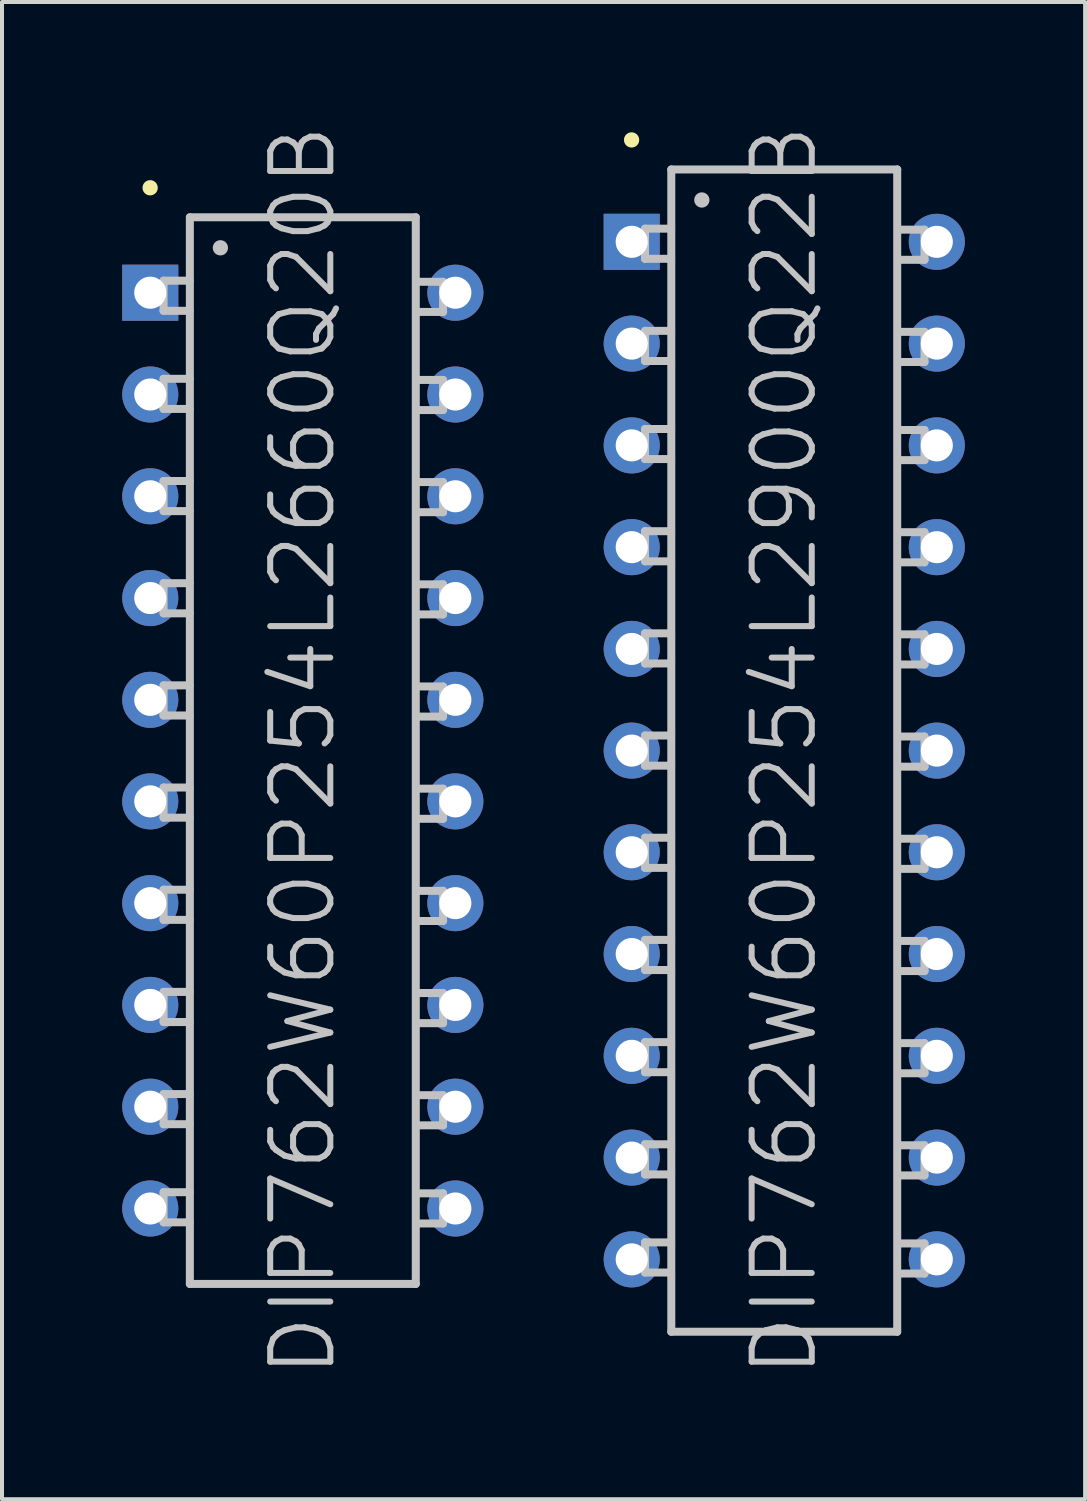
<source format=kicad_pcb>
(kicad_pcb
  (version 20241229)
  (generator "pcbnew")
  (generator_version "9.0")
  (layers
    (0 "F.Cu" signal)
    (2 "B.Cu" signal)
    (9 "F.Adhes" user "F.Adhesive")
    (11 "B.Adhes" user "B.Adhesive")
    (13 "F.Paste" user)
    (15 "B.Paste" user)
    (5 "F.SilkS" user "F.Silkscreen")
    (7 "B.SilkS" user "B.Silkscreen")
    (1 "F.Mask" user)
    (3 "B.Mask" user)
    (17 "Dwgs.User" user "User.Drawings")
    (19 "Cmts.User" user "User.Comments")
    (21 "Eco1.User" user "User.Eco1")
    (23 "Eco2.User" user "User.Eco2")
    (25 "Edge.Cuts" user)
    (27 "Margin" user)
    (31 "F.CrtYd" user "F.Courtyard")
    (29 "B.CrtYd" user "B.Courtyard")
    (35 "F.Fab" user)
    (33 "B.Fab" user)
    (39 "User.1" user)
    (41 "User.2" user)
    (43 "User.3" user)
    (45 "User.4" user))
  (footprint "DIP762W60P254L2900Q22B"
    (layer "F.Cu")
    (at 16.522 15.682)
    (property "Reference" "DIP762W60P254L2900Q22B" (at 0 0 90) (layer "Dwgs.User") (effects (font (size 1.5 1.5) (thickness 0.15))))
    (attr through_hole)
    (fp_line (start -3.81 -15.24) (end -3.81 -15.24) (stroke (width 0.381) (type solid)) (layer "F.SilkS"))
    (fp_line (start -3.475 -13.025) (end -2.824 -13.025) (stroke (width 0.2) (type solid)) (layer "Dwgs.User"))
    (fp_line (start -3.475 -12.273) (end -3.475 -13.025) (stroke (width 0.2) (type solid)) (layer "Dwgs.User"))
    (fp_line (start -3.475 -12.273) (end -2.824 -12.273) (stroke (width 0.2) (type solid)) (layer "Dwgs.User"))
    (fp_line (start -3.475 -10.475) (end -2.824 -10.475) (stroke (width 0.2) (type solid)) (layer "Dwgs.User"))
    (fp_line (start -3.475 -9.723) (end -3.475 -10.475) (stroke (width 0.2) (type solid)) (layer "Dwgs.User"))
    (fp_line (start -3.475 -9.723) (end -2.824 -9.723) (stroke (width 0.2) (type solid)) (layer "Dwgs.User"))
    (fp_line (start -3.475 -8.026) (end -2.824 -8.026) (stroke (width 0.2) (type solid)) (layer "Dwgs.User"))
    (fp_line (start -3.475 -7.275) (end -3.475 -8.026) (stroke (width 0.2) (type solid)) (layer "Dwgs.User"))
    (fp_line (start -3.475 -7.275) (end -2.824 -7.275) (stroke (width 0.2) (type solid)) (layer "Dwgs.User"))
    (fp_line (start -3.475 -5.476) (end -2.824 -5.476) (stroke (width 0.2) (type solid)) (layer "Dwgs.User"))
    (fp_line (start -3.475 -4.724) (end -3.475 -5.476) (stroke (width 0.2) (type solid)) (layer "Dwgs.User"))
    (fp_line (start -3.475 -4.724) (end -2.824 -4.724) (stroke (width 0.2) (type solid)) (layer "Dwgs.User"))
    (fp_line (start -3.475 -2.926) (end -2.824 -2.926) (stroke (width 0.2) (type solid)) (layer "Dwgs.User"))
    (fp_line (start -3.475 -2.174) (end -3.475 -2.926) (stroke (width 0.2) (type solid)) (layer "Dwgs.User"))
    (fp_line (start -3.475 -2.174) (end -2.824 -2.174) (stroke (width 0.2) (type solid)) (layer "Dwgs.User"))
    (fp_line (start -3.475 -0.376) (end -2.824 -0.376) (stroke (width 0.2) (type solid)) (layer "Dwgs.User"))
    (fp_line (start -3.475 0.376) (end -3.475 -0.376) (stroke (width 0.2) (type solid)) (layer "Dwgs.User"))
    (fp_line (start -3.475 0.376) (end -2.824 0.376) (stroke (width 0.2) (type solid)) (layer "Dwgs.User"))
    (fp_line (start -3.475 2.174) (end -2.824 2.174) (stroke (width 0.2) (type solid)) (layer "Dwgs.User"))
    (fp_line (start -3.475 2.926) (end -3.475 2.174) (stroke (width 0.2) (type solid)) (layer "Dwgs.User"))
    (fp_line (start -3.475 2.926) (end -2.824 2.926) (stroke (width 0.2) (type solid)) (layer "Dwgs.User"))
    (fp_line (start -3.475 4.724) (end -2.824 4.724) (stroke (width 0.2) (type solid)) (layer "Dwgs.User"))
    (fp_line (start -3.475 5.476) (end -3.475 4.724) (stroke (width 0.2) (type solid)) (layer "Dwgs.User"))
    (fp_line (start -3.475 5.476) (end -2.824 5.476) (stroke (width 0.2) (type solid)) (layer "Dwgs.User"))
    (fp_line (start -3.475 7.275) (end -2.824 7.275) (stroke (width 0.2) (type solid)) (layer "Dwgs.User"))
    (fp_line (start -3.475 8.026) (end -3.475 7.275) (stroke (width 0.2) (type solid)) (layer "Dwgs.User"))
    (fp_line (start -3.475 8.026) (end -2.824 8.026) (stroke (width 0.2) (type solid)) (layer "Dwgs.User"))
    (fp_line (start -3.475 9.825) (end -2.824 9.825) (stroke (width 0.2) (type solid)) (layer "Dwgs.User"))
    (fp_line (start -3.475 10.577) (end -3.475 9.825) (stroke (width 0.2) (type solid)) (layer "Dwgs.User"))
    (fp_line (start -3.475 10.577) (end -2.824 10.577) (stroke (width 0.2) (type solid)) (layer "Dwgs.User"))
    (fp_line (start -3.475 12.273) (end -2.824 12.273) (stroke (width 0.2) (type solid)) (layer "Dwgs.User"))
    (fp_line (start -3.475 13.025) (end -3.475 12.273) (stroke (width 0.2) (type solid)) (layer "Dwgs.User"))
    (fp_line (start -3.475 13.025) (end -2.824 13.025) (stroke (width 0.2) (type solid)) (layer "Dwgs.User"))
    (fp_line (start -2.819 -14.503) (end -2.819 14.503) (stroke (width 0.2) (type solid)) (layer "Dwgs.User"))
    (fp_line (start -2.819 -14.503) (end 2.819 -14.503) (stroke (width 0.2) (type solid)) (layer "Dwgs.User"))
    (fp_line (start -2.819 14.503) (end 2.819 14.503) (stroke (width 0.2) (type solid)) (layer "Dwgs.User"))
    (fp_line (start -2.057 -13.741) (end -2.057 -13.741) (stroke (width 0.381) (type solid)) (layer "Dwgs.User"))
    (fp_line (start 2.819 -14.503) (end 2.819 14.503) (stroke (width 0.2) (type solid)) (layer "Dwgs.User"))
    (fp_line (start 3.5 -13) (end 2.85 -13) (stroke (width 0.2) (type solid)) (layer "Dwgs.User"))
    (fp_line (start 3.5 -13) (end 3.5 -12.248) (stroke (width 0.2) (type solid)) (layer "Dwgs.User"))
    (fp_line (start 3.5 -12.248) (end 2.85 -12.248) (stroke (width 0.2) (type solid)) (layer "Dwgs.User"))
    (fp_line (start 3.5 -10.45) (end 2.85 -10.45) (stroke (width 0.2) (type solid)) (layer "Dwgs.User"))
    (fp_line (start 3.5 -10.45) (end 3.5 -9.698) (stroke (width 0.2) (type solid)) (layer "Dwgs.User"))
    (fp_line (start 3.5 -9.698) (end 2.85 -9.698) (stroke (width 0.2) (type solid)) (layer "Dwgs.User"))
    (fp_line (start 3.5 -8.001) (end 2.85 -8.001) (stroke (width 0.2) (type solid)) (layer "Dwgs.User"))
    (fp_line (start 3.5 -8.001) (end 3.5 -7.249) (stroke (width 0.2) (type solid)) (layer "Dwgs.User"))
    (fp_line (start 3.5 -7.249) (end 2.85 -7.249) (stroke (width 0.2) (type solid)) (layer "Dwgs.User"))
    (fp_line (start 3.5 -5.451) (end 2.85 -5.451) (stroke (width 0.2) (type solid)) (layer "Dwgs.User"))
    (fp_line (start 3.5 -5.451) (end 3.5 -4.699) (stroke (width 0.2) (type solid)) (layer "Dwgs.User"))
    (fp_line (start 3.5 -4.699) (end 2.85 -4.699) (stroke (width 0.2) (type solid)) (layer "Dwgs.User"))
    (fp_line (start 3.5 -2.901) (end 2.85 -2.901) (stroke (width 0.2) (type solid)) (layer "Dwgs.User"))
    (fp_line (start 3.5 -2.901) (end 3.5 -2.149) (stroke (width 0.2) (type solid)) (layer "Dwgs.User"))
    (fp_line (start 3.5 -2.149) (end 2.85 -2.149) (stroke (width 0.2) (type solid)) (layer "Dwgs.User"))
    (fp_line (start 3.5 -0.351) (end 2.85 -0.351) (stroke (width 0.2) (type solid)) (layer "Dwgs.User"))
    (fp_line (start 3.5 -0.351) (end 3.5 0.401) (stroke (width 0.2) (type solid)) (layer "Dwgs.User"))
    (fp_line (start 3.5 0.401) (end 2.85 0.401) (stroke (width 0.2) (type solid)) (layer "Dwgs.User"))
    (fp_line (start 3.5 2.2) (end 2.85 2.2) (stroke (width 0.2) (type solid)) (layer "Dwgs.User"))
    (fp_line (start 3.5 2.2) (end 3.5 2.951) (stroke (width 0.2) (type solid)) (layer "Dwgs.User"))
    (fp_line (start 3.5 2.951) (end 2.85 2.951) (stroke (width 0.2) (type solid)) (layer "Dwgs.User"))
    (fp_line (start 3.5 4.75) (end 2.85 4.75) (stroke (width 0.2) (type solid)) (layer "Dwgs.User"))
    (fp_line (start 3.5 4.75) (end 3.5 5.502) (stroke (width 0.2) (type solid)) (layer "Dwgs.User"))
    (fp_line (start 3.5 5.502) (end 2.85 5.502) (stroke (width 0.2) (type solid)) (layer "Dwgs.User"))
    (fp_line (start 3.5 7.3) (end 2.85 7.3) (stroke (width 0.2) (type solid)) (layer "Dwgs.User"))
    (fp_line (start 3.5 7.3) (end 3.5 8.052) (stroke (width 0.2) (type solid)) (layer "Dwgs.User"))
    (fp_line (start 3.5 8.052) (end 2.85 8.052) (stroke (width 0.2) (type solid)) (layer "Dwgs.User"))
    (fp_line (start 3.5 9.85) (end 2.85 9.85) (stroke (width 0.2) (type solid)) (layer "Dwgs.User"))
    (fp_line (start 3.5 9.85) (end 3.5 10.602) (stroke (width 0.2) (type solid)) (layer "Dwgs.User"))
    (fp_line (start 3.5 10.602) (end 2.85 10.602) (stroke (width 0.2) (type solid)) (layer "Dwgs.User"))
    (fp_line (start 3.5 12.299) (end 2.85 12.299) (stroke (width 0.2) (type solid)) (layer "Dwgs.User"))
    (fp_line (start 3.5 12.299) (end 3.5 13.051) (stroke (width 0.2) (type solid)) (layer "Dwgs.User"))
    (fp_line (start 3.5 13.051) (end 2.85 13.051) (stroke (width 0.2) (type solid)) (layer "Dwgs.User"))
    (pad "1" thru_hole rect (at -3.807 -12.697 180) (size 1.4 1.4) (drill 0.8) (layers "*.Cu" "*.Mask"))
    (pad "2" thru_hole circle (at -3.807 -10.157 180) (size 1.4 1.4) (drill 0.8) (layers "*.Cu" "*.Mask"))
    (pad "3" thru_hole circle (at -3.807 -7.617 180) (size 1.4 1.4) (drill 0.8) (layers "*.Cu" "*.Mask"))
    (pad "4" thru_hole circle (at -3.807 -5.077 180) (size 1.4 1.4) (drill 0.8) (layers "*.Cu" "*.Mask"))
    (pad "5" thru_hole circle (at -3.807 -2.537 180) (size 1.4 1.4) (drill 0.8) (layers "*.Cu" "*.Mask"))
    (pad "6" thru_hole circle (at -3.807 0 180) (size 1.4 1.4) (drill 0.8) (layers "*.Cu" "*.Mask"))
    (pad "7" thru_hole circle (at -3.807 2.537 180) (size 1.4 1.4) (drill 0.8) (layers "*.Cu" "*.Mask"))
    (pad "8" thru_hole circle (at -3.807 5.077 180) (size 1.4 1.4) (drill 0.8) (layers "*.Cu" "*.Mask"))
    (pad "9" thru_hole circle (at -3.807 7.617 180) (size 1.4 1.4) (drill 0.8) (layers "*.Cu" "*.Mask"))
    (pad "10" thru_hole circle (at -3.807 10.157 180) (size 1.4 1.4) (drill 0.8) (layers "*.Cu" "*.Mask"))
    (pad "11" thru_hole circle (at -3.807 12.697 180) (size 1.4 1.4) (drill 0.8) (layers "*.Cu" "*.Mask"))
    (pad "12" thru_hole circle (at 3.807 12.697 180) (size 1.4 1.4) (drill 0.8) (layers "*.Cu" "*.Mask"))
    (pad "13" thru_hole circle (at 3.807 10.157 180) (size 1.4 1.4) (drill 0.8) (layers "*.Cu" "*.Mask"))
    (pad "14" thru_hole circle (at 3.807 7.617 180) (size 1.4 1.4) (drill 0.8) (layers "*.Cu" "*.Mask"))
    (pad "15" thru_hole circle (at 3.807 5.077 180) (size 1.4 1.4) (drill 0.8) (layers "*.Cu" "*.Mask"))
    (pad "16" thru_hole circle (at 3.807 2.537 180) (size 1.4 1.4) (drill 0.8) (layers "*.Cu" "*.Mask"))
    (pad "17" thru_hole circle (at 3.807 0 180) (size 1.4 1.4) (drill 0.8) (layers "*.Cu" "*.Mask"))
    (pad "18" thru_hole circle (at 3.807 -2.537 180) (size 1.4 1.4) (drill 0.8) (layers "*.Cu" "*.Mask"))
    (pad "19" thru_hole circle (at 3.807 -5.077 180) (size 1.4 1.4) (drill 0.8) (layers "*.Cu" "*.Mask"))
    (pad "20" thru_hole circle (at 3.807 -7.617 180) (size 1.4 1.4) (drill 0.8) (layers "*.Cu" "*.Mask"))
    (pad "21" thru_hole circle (at 3.807 -10.157 180) (size 1.4 1.4) (drill 0.8) (layers "*.Cu" "*.Mask"))
    (pad "22" thru_hole circle (at 3.807 -12.697 180) (size 1.4 1.4) (drill 0.8) (layers "*.Cu" "*.Mask")))
  (footprint "DIP762W60P254L2660Q20B"
    (layer "F.Cu")
    (at 4.507 15.682)
    (property "Reference" "DIP762W60P254L2660Q20B" (at 0 0 90) (layer "Dwgs.User") (effects (font (size 1.5 1.5) (thickness 0.15))))
    (attr through_hole)
    (fp_line (start -3.81 -14.046) (end -3.81 -14.046) (stroke (width 0.381) (type solid)) (layer "F.SilkS"))
    (fp_line (start -3.475 -11.727) (end -2.824 -11.727) (stroke (width 0.2) (type solid)) (layer "Dwgs.User"))
    (fp_line (start -3.475 -10.975) (end -3.475 -11.727) (stroke (width 0.2) (type solid)) (layer "Dwgs.User"))
    (fp_line (start -3.475 -10.975) (end -2.824 -10.975) (stroke (width 0.2) (type solid)) (layer "Dwgs.User"))
    (fp_line (start -3.475 -9.279) (end -2.824 -9.279) (stroke (width 0.2) (type solid)) (layer "Dwgs.User"))
    (fp_line (start -3.475 -8.527) (end -3.475 -9.279) (stroke (width 0.2) (type solid)) (layer "Dwgs.User"))
    (fp_line (start -3.475 -8.527) (end -2.824 -8.527) (stroke (width 0.2) (type solid)) (layer "Dwgs.User"))
    (fp_line (start -3.475 -6.728) (end -2.824 -6.728) (stroke (width 0.2) (type solid)) (layer "Dwgs.User"))
    (fp_line (start -3.475 -5.977) (end -3.475 -6.728) (stroke (width 0.2) (type solid)) (layer "Dwgs.User"))
    (fp_line (start -3.475 -5.977) (end -2.824 -5.977) (stroke (width 0.2) (type solid)) (layer "Dwgs.User"))
    (fp_line (start -3.475 -4.178) (end -2.824 -4.178) (stroke (width 0.2) (type solid)) (layer "Dwgs.User"))
    (fp_line (start -3.475 -3.426) (end -3.475 -4.178) (stroke (width 0.2) (type solid)) (layer "Dwgs.User"))
    (fp_line (start -3.475 -3.426) (end -2.824 -3.426) (stroke (width 0.2) (type solid)) (layer "Dwgs.User"))
    (fp_line (start -3.475 -1.628) (end -2.824 -1.628) (stroke (width 0.2) (type solid)) (layer "Dwgs.User"))
    (fp_line (start -3.475 -0.876) (end -3.475 -1.628) (stroke (width 0.2) (type solid)) (layer "Dwgs.User"))
    (fp_line (start -3.475 -0.876) (end -2.824 -0.876) (stroke (width 0.2) (type solid)) (layer "Dwgs.User"))
    (fp_line (start -3.475 0.922) (end -2.824 0.922) (stroke (width 0.2) (type solid)) (layer "Dwgs.User"))
    (fp_line (start -3.475 1.674) (end -3.475 0.922) (stroke (width 0.2) (type solid)) (layer "Dwgs.User"))
    (fp_line (start -3.475 1.674) (end -2.824 1.674) (stroke (width 0.2) (type solid)) (layer "Dwgs.User"))
    (fp_line (start -3.475 3.472) (end -2.824 3.472) (stroke (width 0.2) (type solid)) (layer "Dwgs.User"))
    (fp_line (start -3.475 4.224) (end -3.475 3.472) (stroke (width 0.2) (type solid)) (layer "Dwgs.User"))
    (fp_line (start -3.475 4.224) (end -2.824 4.224) (stroke (width 0.2) (type solid)) (layer "Dwgs.User"))
    (fp_line (start -3.475 6.022) (end -2.824 6.022) (stroke (width 0.2) (type solid)) (layer "Dwgs.User"))
    (fp_line (start -3.475 6.774) (end -3.475 6.022) (stroke (width 0.2) (type solid)) (layer "Dwgs.User"))
    (fp_line (start -3.475 6.774) (end -2.824 6.774) (stroke (width 0.2) (type solid)) (layer "Dwgs.User"))
    (fp_line (start -3.475 8.572) (end -2.824 8.572) (stroke (width 0.2) (type solid)) (layer "Dwgs.User"))
    (fp_line (start -3.475 9.324) (end -3.475 8.572) (stroke (width 0.2) (type solid)) (layer "Dwgs.User"))
    (fp_line (start -3.475 9.324) (end -2.824 9.324) (stroke (width 0.2) (type solid)) (layer "Dwgs.User"))
    (fp_line (start -3.475 11.021) (end -2.824 11.021) (stroke (width 0.2) (type solid)) (layer "Dwgs.User"))
    (fp_line (start -3.475 11.773) (end -3.475 11.021) (stroke (width 0.2) (type solid)) (layer "Dwgs.User"))
    (fp_line (start -3.475 11.773) (end -2.824 11.773) (stroke (width 0.2) (type solid)) (layer "Dwgs.User"))
    (fp_line (start -2.819 -13.31) (end -2.819 13.31) (stroke (width 0.2) (type solid)) (layer "Dwgs.User"))
    (fp_line (start -2.819 -13.31) (end 2.819 -13.31) (stroke (width 0.2) (type solid)) (layer "Dwgs.User"))
    (fp_line (start -2.819 13.31) (end 2.819 13.31) (stroke (width 0.2) (type solid)) (layer "Dwgs.User"))
    (fp_line (start -2.057 -12.548) (end -2.057 -12.548) (stroke (width 0.381) (type solid)) (layer "Dwgs.User"))
    (fp_line (start 2.819 -13.31) (end 2.819 13.31) (stroke (width 0.2) (type solid)) (layer "Dwgs.User"))
    (fp_line (start 3.5 -11.699) (end 2.85 -11.699) (stroke (width 0.2) (type solid)) (layer "Dwgs.User"))
    (fp_line (start 3.5 -11.699) (end 3.5 -10.947) (stroke (width 0.2) (type solid)) (layer "Dwgs.User"))
    (fp_line (start 3.5 -10.947) (end 2.85 -10.947) (stroke (width 0.2) (type solid)) (layer "Dwgs.User"))
    (fp_line (start 3.5 -9.251) (end 2.85 -9.251) (stroke (width 0.2) (type solid)) (layer "Dwgs.User"))
    (fp_line (start 3.5 -9.251) (end 3.5 -8.499) (stroke (width 0.2) (type solid)) (layer "Dwgs.User"))
    (fp_line (start 3.5 -8.499) (end 2.85 -8.499) (stroke (width 0.2) (type solid)) (layer "Dwgs.User"))
    (fp_line (start 3.5 -6.701) (end 2.85 -6.701) (stroke (width 0.2) (type solid)) (layer "Dwgs.User"))
    (fp_line (start 3.5 -6.701) (end 3.5 -5.949) (stroke (width 0.2) (type solid)) (layer "Dwgs.User"))
    (fp_line (start 3.5 -5.949) (end 2.85 -5.949) (stroke (width 0.2) (type solid)) (layer "Dwgs.User"))
    (fp_line (start 3.5 -4.15) (end 2.85 -4.15) (stroke (width 0.2) (type solid)) (layer "Dwgs.User"))
    (fp_line (start 3.5 -4.15) (end 3.5 -3.399) (stroke (width 0.2) (type solid)) (layer "Dwgs.User"))
    (fp_line (start 3.5 -3.399) (end 2.85 -3.399) (stroke (width 0.2) (type solid)) (layer "Dwgs.User"))
    (fp_line (start 3.5 -1.6) (end 2.85 -1.6) (stroke (width 0.2) (type solid)) (layer "Dwgs.User"))
    (fp_line (start 3.5 -1.6) (end 3.5 -0.848) (stroke (width 0.2) (type solid)) (layer "Dwgs.User"))
    (fp_line (start 3.5 -0.848) (end 2.85 -0.848) (stroke (width 0.2) (type solid)) (layer "Dwgs.User"))
    (fp_line (start 3.5 0.95) (end 2.85 0.95) (stroke (width 0.2) (type solid)) (layer "Dwgs.User"))
    (fp_line (start 3.5 0.95) (end 3.5 1.702) (stroke (width 0.2) (type solid)) (layer "Dwgs.User"))
    (fp_line (start 3.5 1.702) (end 2.85 1.702) (stroke (width 0.2) (type solid)) (layer "Dwgs.User"))
    (fp_line (start 3.5 3.5) (end 2.85 3.5) (stroke (width 0.2) (type solid)) (layer "Dwgs.User"))
    (fp_line (start 3.5 3.5) (end 3.5 4.252) (stroke (width 0.2) (type solid)) (layer "Dwgs.User"))
    (fp_line (start 3.5 4.252) (end 2.85 4.252) (stroke (width 0.2) (type solid)) (layer "Dwgs.User"))
    (fp_line (start 3.5 6.05) (end 2.85 6.05) (stroke (width 0.2) (type solid)) (layer "Dwgs.User"))
    (fp_line (start 3.5 6.05) (end 3.5 6.802) (stroke (width 0.2) (type solid)) (layer "Dwgs.User"))
    (fp_line (start 3.5 6.802) (end 2.85 6.802) (stroke (width 0.2) (type solid)) (layer "Dwgs.User"))
    (fp_line (start 3.5 8.6) (end 2.85 8.6) (stroke (width 0.2) (type solid)) (layer "Dwgs.User"))
    (fp_line (start 3.5 8.6) (end 3.5 9.352) (stroke (width 0.2) (type solid)) (layer "Dwgs.User"))
    (fp_line (start 3.5 9.352) (end 2.85 9.352) (stroke (width 0.2) (type solid)) (layer "Dwgs.User"))
    (fp_line (start 3.5 11.049) (end 2.85 11.049) (stroke (width 0.2) (type solid)) (layer "Dwgs.User"))
    (fp_line (start 3.5 11.049) (end 3.5 11.801) (stroke (width 0.2) (type solid)) (layer "Dwgs.User"))
    (fp_line (start 3.5 11.801) (end 2.85 11.801) (stroke (width 0.2) (type solid)) (layer "Dwgs.User"))
    (pad "1" thru_hole rect (at -3.807 -11.427 180) (size 1.4 1.4) (drill 0.8) (layers "*.Cu" "*.Mask"))
    (pad "2" thru_hole circle (at -3.807 -8.887 180) (size 1.4 1.4) (drill 0.8) (layers "*.Cu" "*.Mask"))
    (pad "3" thru_hole circle (at -3.807 -6.347 180) (size 1.4 1.4) (drill 0.8) (layers "*.Cu" "*.Mask"))
    (pad "4" thru_hole circle (at -3.807 -3.807 180) (size 1.4 1.4) (drill 0.8) (layers "*.Cu" "*.Mask"))
    (pad "5" thru_hole circle (at -3.807 -1.267 180) (size 1.4 1.4) (drill 0.8) (layers "*.Cu" "*.Mask"))
    (pad "6" thru_hole circle (at -3.807 1.267 180) (size 1.4 1.4) (drill 0.8) (layers "*.Cu" "*.Mask"))
    (pad "7" thru_hole circle (at -3.807 3.807 180) (size 1.4 1.4) (drill 0.8) (layers "*.Cu" "*.Mask"))
    (pad "8" thru_hole circle (at -3.807 6.347 180) (size 1.4 1.4) (drill 0.8) (layers "*.Cu" "*.Mask"))
    (pad "9" thru_hole circle (at -3.807 8.887 180) (size 1.4 1.4) (drill 0.8) (layers "*.Cu" "*.Mask"))
    (pad "10" thru_hole circle (at -3.807 11.427 180) (size 1.4 1.4) (drill 0.8) (layers "*.Cu" "*.Mask"))
    (pad "11" thru_hole circle (at 3.807 11.427 180) (size 1.4 1.4) (drill 0.8) (layers "*.Cu" "*.Mask"))
    (pad "12" thru_hole circle (at 3.807 8.887 180) (size 1.4 1.4) (drill 0.8) (layers "*.Cu" "*.Mask"))
    (pad "13" thru_hole circle (at 3.807 6.347 180) (size 1.4 1.4) (drill 0.8) (layers "*.Cu" "*.Mask"))
    (pad "14" thru_hole circle (at 3.807 3.807 180) (size 1.4 1.4) (drill 0.8) (layers "*.Cu" "*.Mask"))
    (pad "15" thru_hole circle (at 3.807 1.267 180) (size 1.4 1.4) (drill 0.8) (layers "*.Cu" "*.Mask"))
    (pad "16" thru_hole circle (at 3.807 -1.267 180) (size 1.4 1.4) (drill 0.8) (layers "*.Cu" "*.Mask"))
    (pad "17" thru_hole circle (at 3.807 -3.807 180) (size 1.4 1.4) (drill 0.8) (layers "*.Cu" "*.Mask"))
    (pad "18" thru_hole circle (at 3.807 -6.347 180) (size 1.4 1.4) (drill 0.8) (layers "*.Cu" "*.Mask"))
    (pad "19" thru_hole circle (at 3.807 -8.887 180) (size 1.4 1.4) (drill 0.8) (layers "*.Cu" "*.Mask"))
    (pad "20" thru_hole circle (at 3.807 -11.427 180) (size 1.4 1.4) (drill 0.8) (layers "*.Cu" "*.Mask")))
  (gr_rect
    (start -3 -3)
    (end 24.03 34.364)
    (stroke (width 0.1) (type default))
    (fill no)
    (layer "Edge.Cuts")))
</source>
